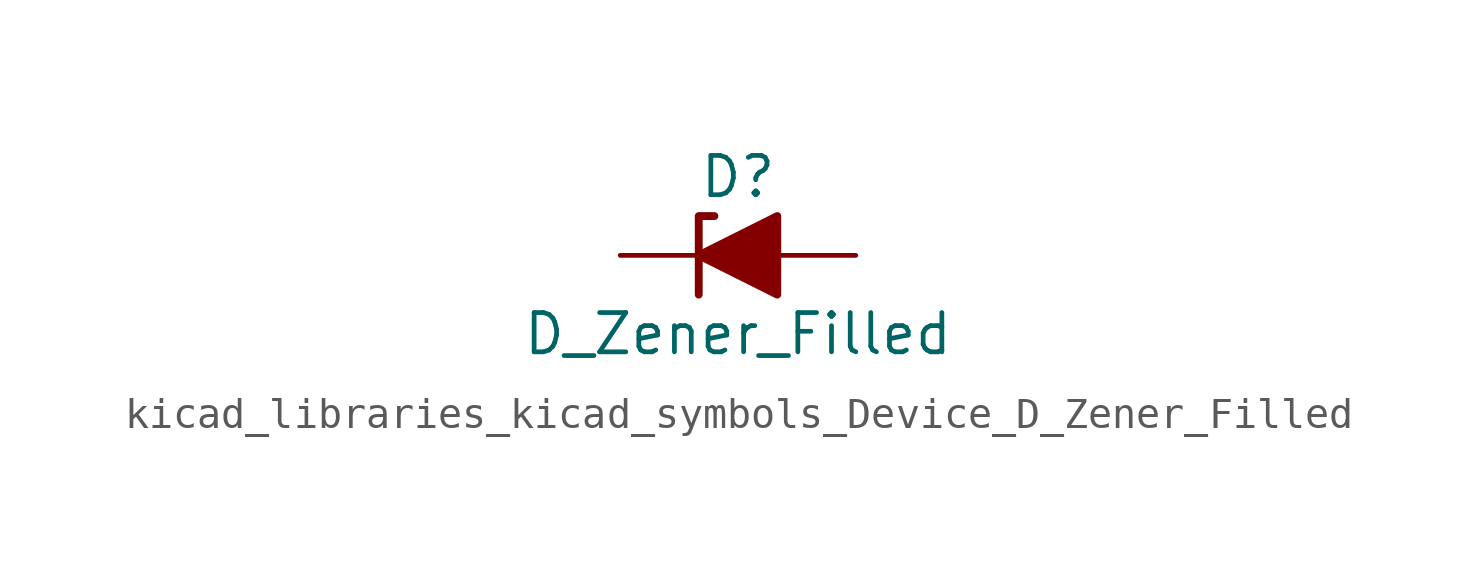
<source format=kicad_sym>
(kicad_symbol_lib
  (version 20220914)
  (generator kicad_symbol_editor)
  (symbol "kicad_libraries_kicad_symbols_Device_D_Zener_Filled"
    (pin_numbers hide)
    (pin_names
      (offset 1.016) hide)
    (property "Reference" "D"
      (at 0 2.54 0)
      (effects (font (size 1.27 1.27))))
    (property "Value" "D_Zener_Filled"
      (at 0 -2.54 0)
      (effects (font (size 1.27 1.27))))
    (symbol "kicad_libraries_kicad_symbols_Device_D_Zener_Filled_0_1"
      (polyline (pts (xy 1.27 0) (xy -1.27 0)) (stroke (width 0) (type default)) (fill (type none)))
      (polyline (pts (xy -1.27 -1.27) (xy -1.27 1.27) (xy -0.762 1.27)) (stroke (width 0.254) (type default)) (fill (type none)))
      (polyline (pts (xy 1.27 -1.27) (xy 1.27 1.27) (xy -1.27 0) (xy 1.27 -1.27)) (stroke (width 0.254) (type default)) (fill (type outline))))
    (symbol "kicad_libraries_kicad_symbols_Device_D_Zener_Filled_1_1"
      (pin passive line (at -3.81 0 0) (length 2.54) (name "K" (effects (font (size 1.27 1.27)))) (number "1" (effects (font (size 1.27 1.27)))))
      (pin passive line (at 3.81 0 180) (length 2.54) (name "A" (effects (font (size 1.27 1.27)))) (number "2" (effects (font (size 1.27 1.27))))))))
</source>
